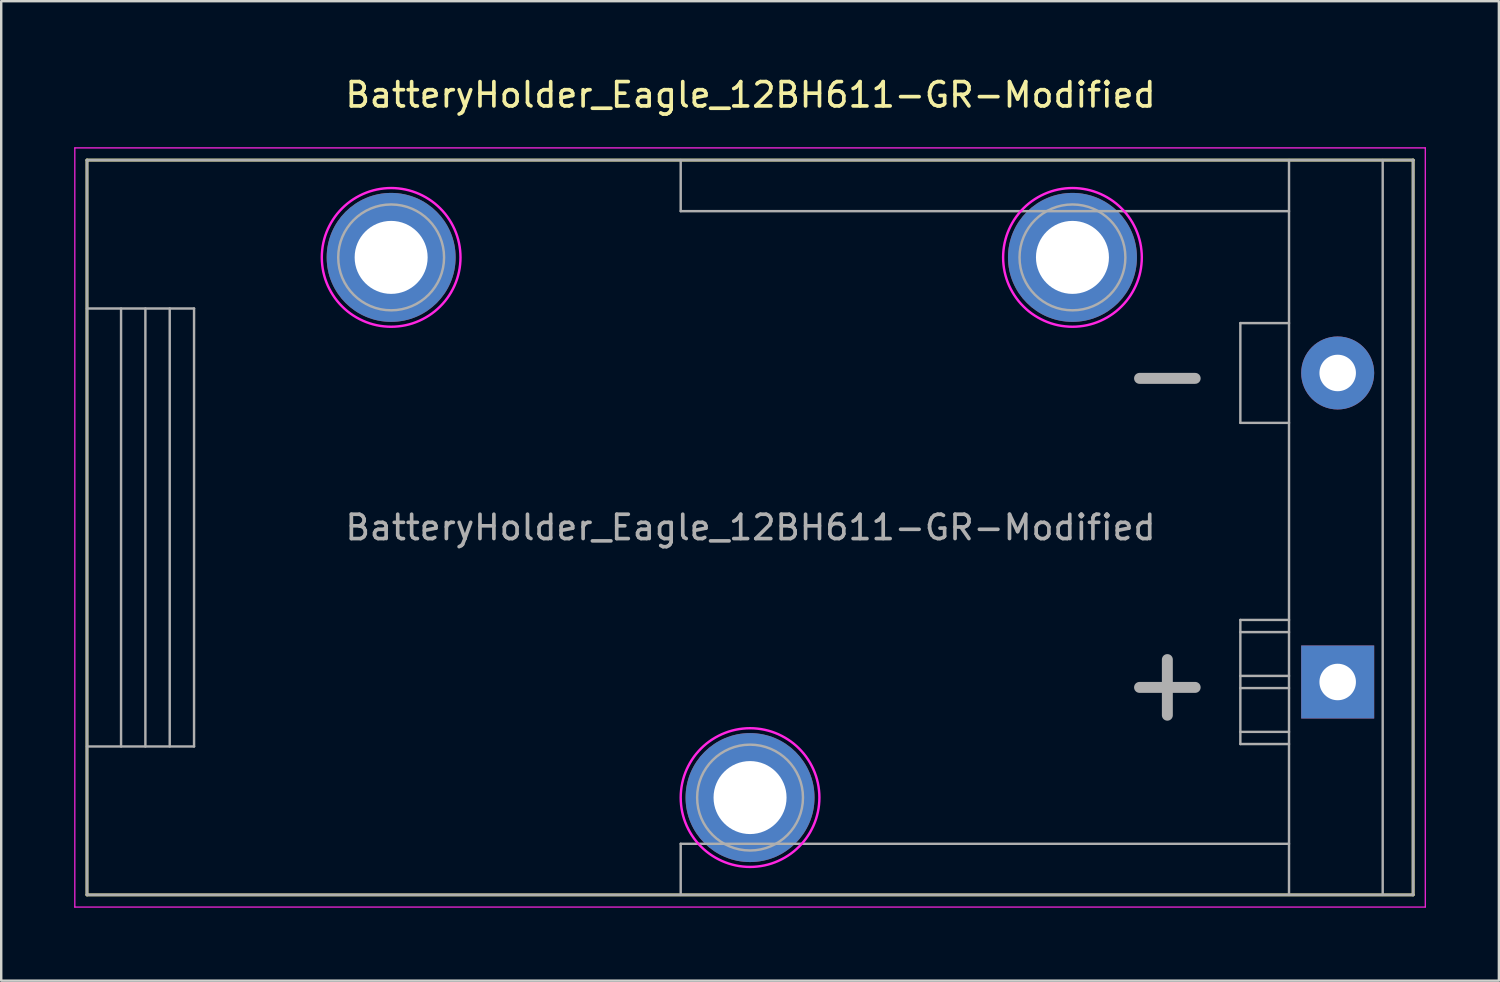
<source format=kicad_pcb>
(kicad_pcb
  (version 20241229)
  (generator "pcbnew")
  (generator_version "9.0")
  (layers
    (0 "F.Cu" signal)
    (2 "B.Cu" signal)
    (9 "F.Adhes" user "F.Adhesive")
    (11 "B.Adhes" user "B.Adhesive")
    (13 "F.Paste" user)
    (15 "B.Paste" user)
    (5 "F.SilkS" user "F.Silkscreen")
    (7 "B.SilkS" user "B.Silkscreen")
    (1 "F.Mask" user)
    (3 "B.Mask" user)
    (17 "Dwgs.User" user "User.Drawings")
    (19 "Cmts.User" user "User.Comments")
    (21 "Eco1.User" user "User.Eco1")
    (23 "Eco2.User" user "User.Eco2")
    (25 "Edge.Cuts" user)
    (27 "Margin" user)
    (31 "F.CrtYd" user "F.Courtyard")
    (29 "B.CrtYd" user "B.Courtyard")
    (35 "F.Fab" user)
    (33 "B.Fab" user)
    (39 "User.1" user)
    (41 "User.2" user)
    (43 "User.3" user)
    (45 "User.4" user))
  (footprint "BatteryHolder_Eagle_12BH611-GR-Modified"
    (layer "F.Cu")
    (at 51.925 18.628)
    (property "Reference" "BatteryHolder_Eagle_12BH611-GR-Modified" (at -24.13 -17.78 0) (layer "F.SilkS") (effects (font (size 1 1) (thickness 0.15))))
    (attr through_hole)
    (fp_line (start -51.4 -15.1) (end 3.1 -15.1) (stroke (width 0.12) (type solid)) (layer "F.SilkS"))
    (fp_line (start -51.4 15.1) (end -51.4 -15.1) (stroke (width 0.12) (type solid)) (layer "F.SilkS"))
    (fp_line (start 3.1 -15.1) (end 3.1 15.1) (stroke (width 0.12) (type solid)) (layer "F.SilkS"))
    (fp_line (start 3.1 15.1) (end -51.4 15.1) (stroke (width 0.12) (type solid)) (layer "F.SilkS"))
    (fp_poly (pts (xy -41.44 -10.8) (xy -40.42 -10.8) (xy -40.41 -10.745) (xy -40.39 -10.67) (xy -40.36 -10.575) (xy -40.32 -10.475) (xy -40.255 -10.345) (xy -40.21 -10.27) (xy -40.155 -10.19) (xy -40.105 -10.125) (xy -40.045 -10.055) (xy -40.01 -10.02) (xy -39.97 -9.98) (xy -39.925 -9.935) (xy -39.87 -9.89) (xy -39.79 -9.83) (xy -39.715 -9.78) (xy -39.645 -9.74) (xy -39.545 -9.69) (xy -39.475 -9.66) (xy -39.41 -9.635) (xy -39.33 -9.61) (xy -39.255 -9.59) (xy -39.2 -9.58) (xy -39.2 -8.56) (xy -39.26 -8.565) (xy -39.325 -8.575) (xy -39.41 -8.59) (xy -39.5 -8.61) (xy -39.575 -8.63) (xy -39.65 -8.65) (xy -39.725 -8.675) (xy -39.795 -8.7) (xy -39.87 -8.73) (xy -39.94 -8.76) (xy -40.015 -8.795) (xy -40.065 -8.82) (xy -40.15 -8.865) (xy -40.22 -8.905) (xy -40.29 -8.95) (xy -40.365 -9) (xy -40.46 -9.07) (xy -40.555 -9.145) (xy -40.615 -9.2) (xy -40.685 -9.265) (xy -40.745 -9.325) (xy -40.805 -9.39) (xy -40.855 -9.445) (xy -40.91 -9.515) (xy -40.96 -9.58) (xy -41.01 -9.65) (xy -41.06 -9.725) (xy -41.1 -9.79) (xy -41.145 -9.87) (xy -41.185 -9.945) (xy -41.225 -10.025) (xy -41.26 -10.105) (xy -41.29 -10.18) (xy -41.315 -10.245) (xy -41.345 -10.34) (xy -41.375 -10.44) (xy -41.4 -10.54) (xy -41.415 -10.615) (xy -41.425 -10.675) (xy -41.435 -10.74)) (stroke (width 0.01) (type solid)) (fill yes) (layer "F.Paste"))
    (fp_poly (pts (xy -39.2 -13.64) (xy -39.2 -12.62) (xy -39.255 -12.61) (xy -39.33 -12.59) (xy -39.425 -12.56) (xy -39.525 -12.52) (xy -39.655 -12.455) (xy -39.73 -12.41) (xy -39.81 -12.355) (xy -39.875 -12.305) (xy -39.945 -12.245) (xy -39.98 -12.21) (xy -40.02 -12.17) (xy -40.065 -12.125) (xy -40.11 -12.07) (xy -40.17 -11.99) (xy -40.22 -11.915) (xy -40.26 -11.845) (xy -40.31 -11.745) (xy -40.34 -11.675) (xy -40.365 -11.61) (xy -40.39 -11.53) (xy -40.41 -11.455) (xy -40.42 -11.4) (xy -41.44 -11.4) (xy -41.435 -11.46) (xy -41.425 -11.525) (xy -41.41 -11.61) (xy -41.39 -11.7) (xy -41.37 -11.775) (xy -41.35 -11.85) (xy -41.325 -11.925) (xy -41.3 -11.995) (xy -41.27 -12.07) (xy -41.24 -12.14) (xy -41.205 -12.215) (xy -41.18 -12.265) (xy -41.135 -12.35) (xy -41.095 -12.42) (xy -41.05 -12.49) (xy -41 -12.565) (xy -40.93 -12.66) (xy -40.855 -12.755) (xy -40.8 -12.815) (xy -40.735 -12.885) (xy -40.675 -12.945) (xy -40.61 -13.005) (xy -40.555 -13.055) (xy -40.485 -13.11) (xy -40.42 -13.16) (xy -40.35 -13.21) (xy -40.275 -13.26) (xy -40.21 -13.3) (xy -40.13 -13.345) (xy -40.055 -13.385) (xy -39.975 -13.425) (xy -39.895 -13.46) (xy -39.82 -13.49) (xy -39.755 -13.515) (xy -39.66 -13.545) (xy -39.56 -13.575) (xy -39.46 -13.6) (xy -39.385 -13.615) (xy -39.325 -13.625) (xy -39.26 -13.635)) (stroke (width 0.01) (type solid)) (fill yes) (layer "F.Paste"))
    (fp_poly (pts (xy -38.6 -8.56) (xy -38.6 -9.58) (xy -38.545 -9.59) (xy -38.47 -9.61) (xy -38.375 -9.64) (xy -38.275 -9.68) (xy -38.145 -9.745) (xy -38.07 -9.79) (xy -37.99 -9.845) (xy -37.925 -9.895) (xy -37.855 -9.955) (xy -37.82 -9.99) (xy -37.78 -10.03) (xy -37.735 -10.075) (xy -37.69 -10.13) (xy -37.63 -10.21) (xy -37.58 -10.285) (xy -37.54 -10.355) (xy -37.49 -10.455) (xy -37.46 -10.525) (xy -37.435 -10.59) (xy -37.41 -10.67) (xy -37.39 -10.745) (xy -37.38 -10.8) (xy -36.36 -10.8) (xy -36.365 -10.74) (xy -36.375 -10.675) (xy -36.39 -10.59) (xy -36.41 -10.5) (xy -36.43 -10.425) (xy -36.45 -10.35) (xy -36.475 -10.275) (xy -36.5 -10.205) (xy -36.53 -10.13) (xy -36.56 -10.06) (xy -36.595 -9.985) (xy -36.62 -9.935) (xy -36.665 -9.85) (xy -36.705 -9.78) (xy -36.75 -9.71) (xy -36.8 -9.635) (xy -36.87 -9.54) (xy -36.945 -9.445) (xy -37 -9.385) (xy -37.065 -9.315) (xy -37.125 -9.255) (xy -37.19 -9.195) (xy -37.245 -9.145) (xy -37.315 -9.09) (xy -37.38 -9.04) (xy -37.45 -8.99) (xy -37.525 -8.94) (xy -37.59 -8.9) (xy -37.67 -8.855) (xy -37.745 -8.815) (xy -37.825 -8.775) (xy -37.905 -8.74) (xy -37.98 -8.71) (xy -38.045 -8.685) (xy -38.14 -8.655) (xy -38.24 -8.625) (xy -38.34 -8.6) (xy -38.415 -8.585) (xy -38.475 -8.575) (xy -38.54 -8.565)) (stroke (width 0.01) (type solid)) (fill yes) (layer "F.Paste"))
    (fp_poly (pts (xy -36.36 -11.4) (xy -37.38 -11.4) (xy -37.39 -11.455) (xy -37.41 -11.53) (xy -37.44 -11.625) (xy -37.48 -11.725) (xy -37.545 -11.855) (xy -37.59 -11.93) (xy -37.645 -12.01) (xy -37.695 -12.075) (xy -37.755 -12.145) (xy -37.79 -12.18) (xy -37.83 -12.22) (xy -37.875 -12.265) (xy -37.93 -12.31) (xy -38.01 -12.37) (xy -38.085 -12.42) (xy -38.155 -12.46) (xy -38.255 -12.51) (xy -38.325 -12.54) (xy -38.39 -12.565) (xy -38.47 -12.59) (xy -38.545 -12.61) (xy -38.6 -12.62) (xy -38.6 -13.64) (xy -38.54 -13.635) (xy -38.475 -13.625) (xy -38.39 -13.61) (xy -38.3 -13.59) (xy -38.225 -13.57) (xy -38.15 -13.55) (xy -38.075 -13.525) (xy -38.005 -13.5) (xy -37.93 -13.47) (xy -37.86 -13.44) (xy -37.785 -13.405) (xy -37.735 -13.38) (xy -37.65 -13.335) (xy -37.58 -13.295) (xy -37.51 -13.25) (xy -37.435 -13.2) (xy -37.34 -13.13) (xy -37.245 -13.055) (xy -37.185 -13) (xy -37.115 -12.935) (xy -37.055 -12.875) (xy -36.995 -12.81) (xy -36.945 -12.755) (xy -36.89 -12.685) (xy -36.84 -12.62) (xy -36.79 -12.55) (xy -36.74 -12.475) (xy -36.7 -12.41) (xy -36.655 -12.33) (xy -36.615 -12.255) (xy -36.575 -12.175) (xy -36.54 -12.095) (xy -36.51 -12.02) (xy -36.485 -11.955) (xy -36.455 -11.86) (xy -36.425 -11.76) (xy -36.4 -11.66) (xy -36.385 -11.585) (xy -36.375 -11.525) (xy -36.365 -11.46)) (stroke (width 0.01) (type solid)) (fill yes) (layer "F.Paste"))
    (fp_poly (pts (xy -26.69 11.4) (xy -25.67 11.4) (xy -25.66 11.455) (xy -25.64 11.53) (xy -25.61 11.625) (xy -25.57 11.725) (xy -25.505 11.855) (xy -25.46 11.93) (xy -25.405 12.01) (xy -25.355 12.075) (xy -25.295 12.145) (xy -25.26 12.18) (xy -25.22 12.22) (xy -25.175 12.265) (xy -25.12 12.31) (xy -25.04 12.37) (xy -24.965 12.42) (xy -24.895 12.46) (xy -24.795 12.51) (xy -24.725 12.54) (xy -24.66 12.565) (xy -24.58 12.59) (xy -24.505 12.61) (xy -24.45 12.62) (xy -24.45 13.64) (xy -24.51 13.635) (xy -24.575 13.625) (xy -24.66 13.61) (xy -24.75 13.59) (xy -24.825 13.57) (xy -24.9 13.55) (xy -24.975 13.525) (xy -25.045 13.5) (xy -25.12 13.47) (xy -25.19 13.44) (xy -25.265 13.405) (xy -25.315 13.38) (xy -25.4 13.335) (xy -25.47 13.295) (xy -25.54 13.25) (xy -25.615 13.2) (xy -25.71 13.13) (xy -25.805 13.055) (xy -25.865 13) (xy -25.935 12.935) (xy -25.995 12.875) (xy -26.055 12.81) (xy -26.105 12.755) (xy -26.16 12.685) (xy -26.21 12.62) (xy -26.26 12.55) (xy -26.31 12.475) (xy -26.35 12.41) (xy -26.395 12.33) (xy -26.435 12.255) (xy -26.475 12.175) (xy -26.51 12.095) (xy -26.54 12.02) (xy -26.565 11.955) (xy -26.595 11.86) (xy -26.625 11.76) (xy -26.65 11.66) (xy -26.665 11.585) (xy -26.675 11.525) (xy -26.685 11.46)) (stroke (width 0.01) (type solid)) (fill yes) (layer "F.Paste"))
    (fp_poly (pts (xy -24.45 8.56) (xy -24.45 9.58) (xy -24.505 9.59) (xy -24.58 9.61) (xy -24.675 9.64) (xy -24.775 9.68) (xy -24.905 9.745) (xy -24.98 9.79) (xy -25.06 9.845) (xy -25.125 9.895) (xy -25.195 9.955) (xy -25.23 9.99) (xy -25.27 10.03) (xy -25.315 10.075) (xy -25.36 10.13) (xy -25.42 10.21) (xy -25.47 10.285) (xy -25.51 10.355) (xy -25.56 10.455) (xy -25.59 10.525) (xy -25.615 10.59) (xy -25.64 10.67) (xy -25.66 10.745) (xy -25.67 10.8) (xy -26.69 10.8) (xy -26.685 10.74) (xy -26.675 10.675) (xy -26.66 10.59) (xy -26.64 10.5) (xy -26.62 10.425) (xy -26.6 10.35) (xy -26.575 10.275) (xy -26.55 10.205) (xy -26.52 10.13) (xy -26.49 10.06) (xy -26.455 9.985) (xy -26.43 9.935) (xy -26.385 9.85) (xy -26.345 9.78) (xy -26.3 9.71) (xy -26.25 9.635) (xy -26.18 9.54) (xy -26.105 9.445) (xy -26.05 9.385) (xy -25.985 9.315) (xy -25.925 9.255) (xy -25.86 9.195) (xy -25.805 9.145) (xy -25.735 9.09) (xy -25.67 9.04) (xy -25.6 8.99) (xy -25.525 8.94) (xy -25.46 8.9) (xy -25.38 8.855) (xy -25.305 8.815) (xy -25.225 8.775) (xy -25.145 8.74) (xy -25.07 8.71) (xy -25.005 8.685) (xy -24.91 8.655) (xy -24.81 8.625) (xy -24.71 8.6) (xy -24.635 8.585) (xy -24.575 8.575) (xy -24.51 8.565)) (stroke (width 0.01) (type solid)) (fill yes) (layer "F.Paste"))
    (fp_poly (pts (xy -23.85 13.64) (xy -23.85 12.62) (xy -23.795 12.61) (xy -23.72 12.59) (xy -23.625 12.56) (xy -23.525 12.52) (xy -23.395 12.455) (xy -23.32 12.41) (xy -23.24 12.355) (xy -23.175 12.305) (xy -23.105 12.245) (xy -23.07 12.21) (xy -23.03 12.17) (xy -22.985 12.125) (xy -22.94 12.07) (xy -22.88 11.99) (xy -22.83 11.915) (xy -22.79 11.845) (xy -22.74 11.745) (xy -22.71 11.675) (xy -22.685 11.61) (xy -22.66 11.53) (xy -22.64 11.455) (xy -22.63 11.4) (xy -21.61 11.4) (xy -21.615 11.46) (xy -21.625 11.525) (xy -21.64 11.61) (xy -21.66 11.7) (xy -21.68 11.775) (xy -21.7 11.85) (xy -21.725 11.925) (xy -21.75 11.995) (xy -21.78 12.07) (xy -21.81 12.14) (xy -21.845 12.215) (xy -21.87 12.265) (xy -21.915 12.35) (xy -21.955 12.42) (xy -22 12.49) (xy -22.05 12.565) (xy -22.12 12.66) (xy -22.195 12.755) (xy -22.25 12.815) (xy -22.315 12.885) (xy -22.375 12.945) (xy -22.44 13.005) (xy -22.495 13.055) (xy -22.565 13.11) (xy -22.63 13.16) (xy -22.7 13.21) (xy -22.775 13.26) (xy -22.84 13.3) (xy -22.92 13.345) (xy -22.995 13.385) (xy -23.075 13.425) (xy -23.155 13.46) (xy -23.23 13.49) (xy -23.295 13.515) (xy -23.39 13.545) (xy -23.49 13.575) (xy -23.59 13.6) (xy -23.665 13.615) (xy -23.725 13.625) (xy -23.79 13.635)) (stroke (width 0.01) (type solid)) (fill yes) (layer "F.Paste"))
    (fp_poly (pts (xy -21.61 10.8) (xy -22.63 10.8) (xy -22.64 10.745) (xy -22.66 10.67) (xy -22.69 10.575) (xy -22.73 10.475) (xy -22.795 10.345) (xy -22.84 10.27) (xy -22.895 10.19) (xy -22.945 10.125) (xy -23.005 10.055) (xy -23.04 10.02) (xy -23.08 9.98) (xy -23.125 9.935) (xy -23.18 9.89) (xy -23.26 9.83) (xy -23.335 9.78) (xy -23.405 9.74) (xy -23.505 9.69) (xy -23.575 9.66) (xy -23.64 9.635) (xy -23.72 9.61) (xy -23.795 9.59) (xy -23.85 9.58) (xy -23.85 8.56) (xy -23.79 8.565) (xy -23.725 8.575) (xy -23.64 8.59) (xy -23.55 8.61) (xy -23.475 8.63) (xy -23.4 8.65) (xy -23.325 8.675) (xy -23.255 8.7) (xy -23.18 8.73) (xy -23.11 8.76) (xy -23.035 8.795) (xy -22.985 8.82) (xy -22.9 8.865) (xy -22.83 8.905) (xy -22.76 8.95) (xy -22.685 9) (xy -22.59 9.07) (xy -22.495 9.145) (xy -22.435 9.2) (xy -22.365 9.265) (xy -22.305 9.325) (xy -22.245 9.39) (xy -22.195 9.445) (xy -22.14 9.515) (xy -22.09 9.58) (xy -22.04 9.65) (xy -21.99 9.725) (xy -21.95 9.79) (xy -21.905 9.87) (xy -21.865 9.945) (xy -21.825 10.025) (xy -21.79 10.105) (xy -21.76 10.18) (xy -21.735 10.245) (xy -21.705 10.34) (xy -21.675 10.44) (xy -21.65 10.54) (xy -21.635 10.615) (xy -21.625 10.675) (xy -21.615 10.74)) (stroke (width 0.01) (type solid)) (fill yes) (layer "F.Paste"))
    (fp_poly (pts (xy -13.44 -10.8) (xy -12.42 -10.8) (xy -12.41 -10.745) (xy -12.39 -10.67) (xy -12.36 -10.575) (xy -12.32 -10.475) (xy -12.255 -10.345) (xy -12.21 -10.27) (xy -12.155 -10.19) (xy -12.105 -10.125) (xy -12.045 -10.055) (xy -12.01 -10.02) (xy -11.97 -9.98) (xy -11.925 -9.935) (xy -11.87 -9.89) (xy -11.79 -9.83) (xy -11.715 -9.78) (xy -11.645 -9.74) (xy -11.545 -9.69) (xy -11.475 -9.66) (xy -11.41 -9.635) (xy -11.33 -9.61) (xy -11.255 -9.59) (xy -11.2 -9.58) (xy -11.2 -8.56) (xy -11.26 -8.565) (xy -11.325 -8.575) (xy -11.41 -8.59) (xy -11.5 -8.61) (xy -11.575 -8.63) (xy -11.65 -8.65) (xy -11.725 -8.675) (xy -11.795 -8.7) (xy -11.87 -8.73) (xy -11.94 -8.76) (xy -12.015 -8.795) (xy -12.065 -8.82) (xy -12.15 -8.865) (xy -12.22 -8.905) (xy -12.29 -8.95) (xy -12.365 -9) (xy -12.46 -9.07) (xy -12.555 -9.145) (xy -12.615 -9.2) (xy -12.685 -9.265) (xy -12.745 -9.325) (xy -12.805 -9.39) (xy -12.855 -9.445) (xy -12.91 -9.515) (xy -12.96 -9.58) (xy -13.01 -9.65) (xy -13.06 -9.725) (xy -13.1 -9.79) (xy -13.145 -9.87) (xy -13.185 -9.945) (xy -13.225 -10.025) (xy -13.26 -10.105) (xy -13.29 -10.18) (xy -13.315 -10.245) (xy -13.345 -10.34) (xy -13.375 -10.44) (xy -13.4 -10.54) (xy -13.415 -10.615) (xy -13.425 -10.675) (xy -13.435 -10.74)) (stroke (width 0.01) (type solid)) (fill yes) (layer "F.Paste"))
    (fp_poly (pts (xy -11.2 -13.64) (xy -11.2 -12.62) (xy -11.255 -12.61) (xy -11.33 -12.59) (xy -11.425 -12.56) (xy -11.525 -12.52) (xy -11.655 -12.455) (xy -11.73 -12.41) (xy -11.81 -12.355) (xy -11.875 -12.305) (xy -11.945 -12.245) (xy -11.98 -12.21) (xy -12.02 -12.17) (xy -12.065 -12.125) (xy -12.11 -12.07) (xy -12.17 -11.99) (xy -12.22 -11.915) (xy -12.26 -11.845) (xy -12.31 -11.745) (xy -12.34 -11.675) (xy -12.365 -11.61) (xy -12.39 -11.53) (xy -12.41 -11.455) (xy -12.42 -11.4) (xy -13.44 -11.4) (xy -13.435 -11.46) (xy -13.425 -11.525) (xy -13.41 -11.61) (xy -13.39 -11.7) (xy -13.37 -11.775) (xy -13.35 -11.85) (xy -13.325 -11.925) (xy -13.3 -11.995) (xy -13.27 -12.07) (xy -13.24 -12.14) (xy -13.205 -12.215) (xy -13.18 -12.265) (xy -13.135 -12.35) (xy -13.095 -12.42) (xy -13.05 -12.49) (xy -13 -12.565) (xy -12.93 -12.66) (xy -12.855 -12.755) (xy -12.8 -12.815) (xy -12.735 -12.885) (xy -12.675 -12.945) (xy -12.61 -13.005) (xy -12.555 -13.055) (xy -12.485 -13.11) (xy -12.42 -13.16) (xy -12.35 -13.21) (xy -12.275 -13.26) (xy -12.21 -13.3) (xy -12.13 -13.345) (xy -12.055 -13.385) (xy -11.975 -13.425) (xy -11.895 -13.46) (xy -11.82 -13.49) (xy -11.755 -13.515) (xy -11.66 -13.545) (xy -11.56 -13.575) (xy -11.46 -13.6) (xy -11.385 -13.615) (xy -11.325 -13.625) (xy -11.26 -13.635)) (stroke (width 0.01) (type solid)) (fill yes) (layer "F.Paste"))
    (fp_poly (pts (xy -10.6 -8.56) (xy -10.6 -9.58) (xy -10.545 -9.59) (xy -10.47 -9.61) (xy -10.375 -9.64) (xy -10.275 -9.68) (xy -10.145 -9.745) (xy -10.07 -9.79) (xy -9.99 -9.845) (xy -9.925 -9.895) (xy -9.855 -9.955) (xy -9.82 -9.99) (xy -9.78 -10.03) (xy -9.735 -10.075) (xy -9.69 -10.13) (xy -9.63 -10.21) (xy -9.58 -10.285) (xy -9.54 -10.355) (xy -9.49 -10.455) (xy -9.46 -10.525) (xy -9.435 -10.59) (xy -9.41 -10.67) (xy -9.39 -10.745) (xy -9.38 -10.8) (xy -8.36 -10.8) (xy -8.365 -10.74) (xy -8.375 -10.675) (xy -8.39 -10.59) (xy -8.41 -10.5) (xy -8.43 -10.425) (xy -8.45 -10.35) (xy -8.475 -10.275) (xy -8.5 -10.205) (xy -8.53 -10.13) (xy -8.56 -10.06) (xy -8.595 -9.985) (xy -8.62 -9.935) (xy -8.665 -9.85) (xy -8.705 -9.78) (xy -8.75 -9.71) (xy -8.8 -9.635) (xy -8.87 -9.54) (xy -8.945 -9.445) (xy -9 -9.385) (xy -9.065 -9.315) (xy -9.125 -9.255) (xy -9.19 -9.195) (xy -9.245 -9.145) (xy -9.315 -9.09) (xy -9.38 -9.04) (xy -9.45 -8.99) (xy -9.525 -8.94) (xy -9.59 -8.9) (xy -9.67 -8.855) (xy -9.745 -8.815) (xy -9.825 -8.775) (xy -9.905 -8.74) (xy -9.98 -8.71) (xy -10.045 -8.685) (xy -10.14 -8.655) (xy -10.24 -8.625) (xy -10.34 -8.6) (xy -10.415 -8.585) (xy -10.475 -8.575) (xy -10.54 -8.565)) (stroke (width 0.01) (type solid)) (fill yes) (layer "F.Paste"))
    (fp_poly (pts (xy -8.36 -11.4) (xy -9.38 -11.4) (xy -9.39 -11.455) (xy -9.41 -11.53) (xy -9.44 -11.625) (xy -9.48 -11.725) (xy -9.545 -11.855) (xy -9.59 -11.93) (xy -9.645 -12.01) (xy -9.695 -12.075) (xy -9.755 -12.145) (xy -9.79 -12.18) (xy -9.83 -12.22) (xy -9.875 -12.265) (xy -9.93 -12.31) (xy -10.01 -12.37) (xy -10.085 -12.42) (xy -10.155 -12.46) (xy -10.255 -12.51) (xy -10.325 -12.54) (xy -10.39 -12.565) (xy -10.47 -12.59) (xy -10.545 -12.61) (xy -10.6 -12.62) (xy -10.6 -13.64) (xy -10.54 -13.635) (xy -10.475 -13.625) (xy -10.39 -13.61) (xy -10.3 -13.59) (xy -10.225 -13.57) (xy -10.15 -13.55) (xy -10.075 -13.525) (xy -10.005 -13.5) (xy -9.93 -13.47) (xy -9.86 -13.44) (xy -9.785 -13.405) (xy -9.735 -13.38) (xy -9.65 -13.335) (xy -9.58 -13.295) (xy -9.51 -13.25) (xy -9.435 -13.2) (xy -9.34 -13.13) (xy -9.245 -13.055) (xy -9.185 -13) (xy -9.115 -12.935) (xy -9.055 -12.875) (xy -8.995 -12.81) (xy -8.945 -12.755) (xy -8.89 -12.685) (xy -8.84 -12.62) (xy -8.79 -12.55) (xy -8.74 -12.475) (xy -8.7 -12.41) (xy -8.655 -12.33) (xy -8.615 -12.255) (xy -8.575 -12.175) (xy -8.54 -12.095) (xy -8.51 -12.02) (xy -8.485 -11.955) (xy -8.455 -11.86) (xy -8.425 -11.76) (xy -8.4 -11.66) (xy -8.385 -11.585) (xy -8.375 -11.525) (xy -8.365 -11.46)) (stroke (width 0.01) (type solid)) (fill yes) (layer "F.Paste"))
    (fp_line (start -51.9 -15.6) (end 3.6 -15.6) (stroke (width 0.05) (type solid)) (layer "F.CrtYd"))
    (fp_line (start -51.9 15.6) (end -51.9 -15.6) (stroke (width 0.05) (type solid)) (layer "F.CrtYd"))
    (fp_line (start 3.6 -15.6) (end 3.6 15.6) (stroke (width 0.05) (type solid)) (layer "F.CrtYd"))
    (fp_line (start 3.6 15.6) (end -51.9 15.6) (stroke (width 0.05) (type solid)) (layer "F.CrtYd"))
    (fp_poly (pts (xy -38.9 -13.95) (xy -38.751 -13.946) (xy -38.602 -13.934) (xy -38.454 -13.915) (xy -38.307 -13.888) (xy -38.162 -13.853) (xy -38.019 -13.811) (xy -37.879 -13.761) (xy -37.741 -13.704) (xy -37.606 -13.639) (xy -37.475 -13.568) (xy -37.348 -13.49) (xy -37.225 -13.406) (xy -37.106 -13.315) (xy -36.993 -13.218) (xy -36.885 -13.115) (xy -36.782 -13.007) (xy -36.685 -12.894) (xy -36.594 -12.775) (xy -36.51 -12.652) (xy -36.432 -12.525) (xy -36.361 -12.394) (xy -36.296 -12.259) (xy -36.239 -12.121) (xy -36.189 -11.981) (xy -36.147 -11.838) (xy -36.112 -11.693) (xy -36.085 -11.546) (xy -36.066 -11.398) (xy -36.054 -11.249) (xy -36.05 -11.1) (xy -36.054 -10.951) (xy -36.066 -10.802) (xy -36.085 -10.654) (xy -36.112 -10.507) (xy -36.147 -10.362) (xy -36.189 -10.219) (xy -36.239 -10.079) (xy -36.296 -9.941) (xy -36.361 -9.806) (xy -36.432 -9.675) (xy -36.51 -9.548) (xy -36.594 -9.425) (xy -36.685 -9.306) (xy -36.782 -9.193) (xy -36.885 -9.085) (xy -36.993 -8.982) (xy -37.106 -8.885) (xy -37.225 -8.794) (xy -37.348 -8.71) (xy -37.475 -8.632) (xy -37.606 -8.561) (xy -37.741 -8.496) (xy -37.879 -8.439) (xy -38.019 -8.389) (xy -38.162 -8.347) (xy -38.307 -8.312) (xy -38.454 -8.285) (xy -38.602 -8.266) (xy -38.751 -8.254) (xy -38.9 -8.25) (xy -39.049 -8.254) (xy -39.198 -8.266) (xy -39.346 -8.285) (xy -39.493 -8.312) (xy -39.638 -8.347) (xy -39.781 -8.389) (xy -39.921 -8.439) (xy -40.059 -8.496) (xy -40.194 -8.561) (xy -40.325 -8.632) (xy -40.452 -8.71) (xy -40.575 -8.794) (xy -40.694 -8.885) (xy -40.807 -8.982) (xy -40.915 -9.085) (xy -41.018 -9.193) (xy -41.115 -9.306) (xy -41.206 -9.425) (xy -41.29 -9.548) (xy -41.368 -9.675) (xy -41.439 -9.806) (xy -41.504 -9.941) (xy -41.561 -10.079) (xy -41.611 -10.219) (xy -41.653 -10.362) (xy -41.688 -10.507) (xy -41.715 -10.654) (xy -41.734 -10.802) (xy -41.746 -10.951) (xy -41.75 -11.1) (xy -41.746 -11.249) (xy -41.734 -11.398) (xy -41.715 -11.546) (xy -41.688 -11.693) (xy -41.653 -11.838) (xy -41.611 -11.981) (xy -41.561 -12.121) (xy -41.504 -12.259) (xy -41.439 -12.394) (xy -41.368 -12.525) (xy -41.29 -12.652) (xy -41.206 -12.775) (xy -41.115 -12.894) (xy -41.018 -13.007) (xy -40.915 -13.115) (xy -40.807 -13.218) (xy -40.694 -13.315) (xy -40.575 -13.406) (xy -40.452 -13.49) (xy -40.325 -13.568) (xy -40.194 -13.639) (xy -40.059 -13.704) (xy -39.921 -13.761) (xy -39.781 -13.811) (xy -39.638 -13.853) (xy -39.493 -13.888) (xy -39.346 -13.915) (xy -39.198 -13.934) (xy -39.049 -13.946) (xy -38.9 -13.95)) (stroke (width 0.1) (type solid)) (fill no) (layer "F.CrtYd"))
    (fp_poly (pts (xy -24.15 8.25) (xy -24.001 8.254) (xy -23.852 8.266) (xy -23.704 8.285) (xy -23.557 8.312) (xy -23.412 8.347) (xy -23.269 8.389) (xy -23.129 8.439) (xy -22.991 8.496) (xy -22.856 8.561) (xy -22.725 8.632) (xy -22.598 8.71) (xy -22.475 8.794) (xy -22.356 8.885) (xy -22.243 8.982) (xy -22.135 9.085) (xy -22.032 9.193) (xy -21.935 9.306) (xy -21.844 9.425) (xy -21.76 9.548) (xy -21.682 9.675) (xy -21.611 9.806) (xy -21.546 9.941) (xy -21.489 10.079) (xy -21.439 10.219) (xy -21.397 10.362) (xy -21.362 10.507) (xy -21.335 10.654) (xy -21.316 10.802) (xy -21.304 10.951) (xy -21.3 11.1) (xy -21.304 11.249) (xy -21.316 11.398) (xy -21.335 11.546) (xy -21.362 11.693) (xy -21.397 11.838) (xy -21.439 11.981) (xy -21.489 12.121) (xy -21.546 12.259) (xy -21.611 12.394) (xy -21.682 12.525) (xy -21.76 12.652) (xy -21.844 12.775) (xy -21.935 12.894) (xy -22.032 13.007) (xy -22.135 13.115) (xy -22.243 13.218) (xy -22.356 13.315) (xy -22.475 13.406) (xy -22.598 13.49) (xy -22.725 13.568) (xy -22.856 13.639) (xy -22.991 13.704) (xy -23.129 13.761) (xy -23.269 13.811) (xy -23.412 13.853) (xy -23.557 13.888) (xy -23.704 13.915) (xy -23.852 13.934) (xy -24.001 13.946) (xy -24.15 13.95) (xy -24.299 13.946) (xy -24.448 13.934) (xy -24.596 13.915) (xy -24.743 13.888) (xy -24.888 13.853) (xy -25.031 13.811) (xy -25.171 13.761) (xy -25.309 13.704) (xy -25.444 13.639) (xy -25.575 13.568) (xy -25.702 13.49) (xy -25.825 13.406) (xy -25.944 13.315) (xy -26.057 13.218) (xy -26.165 13.115) (xy -26.268 13.007) (xy -26.365 12.894) (xy -26.456 12.775) (xy -26.54 12.652) (xy -26.618 12.525) (xy -26.689 12.394) (xy -26.754 12.259) (xy -26.811 12.121) (xy -26.861 11.981) (xy -26.903 11.838) (xy -26.938 11.693) (xy -26.965 11.546) (xy -26.984 11.398) (xy -26.996 11.249) (xy -27 11.1) (xy -26.996 10.951) (xy -26.984 10.802) (xy -26.965 10.654) (xy -26.938 10.507) (xy -26.903 10.362) (xy -26.861 10.219) (xy -26.811 10.079) (xy -26.754 9.941) (xy -26.689 9.806) (xy -26.618 9.675) (xy -26.54 9.548) (xy -26.456 9.425) (xy -26.365 9.306) (xy -26.268 9.193) (xy -26.165 9.085) (xy -26.057 8.982) (xy -25.944 8.885) (xy -25.825 8.794) (xy -25.702 8.71) (xy -25.575 8.632) (xy -25.444 8.561) (xy -25.309 8.496) (xy -25.171 8.439) (xy -25.031 8.389) (xy -24.888 8.347) (xy -24.743 8.312) (xy -24.596 8.285) (xy -24.448 8.266) (xy -24.299 8.254) (xy -24.15 8.25)) (stroke (width 0.1) (type solid)) (fill no) (layer "F.CrtYd"))
    (fp_poly (pts (xy -10.9 -13.95) (xy -10.751 -13.946) (xy -10.602 -13.934) (xy -10.454 -13.915) (xy -10.307 -13.888) (xy -10.162 -13.853) (xy -10.019 -13.811) (xy -9.879 -13.761) (xy -9.741 -13.704) (xy -9.606 -13.639) (xy -9.475 -13.568) (xy -9.348 -13.49) (xy -9.225 -13.406) (xy -9.106 -13.315) (xy -8.993 -13.218) (xy -8.885 -13.115) (xy -8.782 -13.007) (xy -8.685 -12.894) (xy -8.594 -12.775) (xy -8.51 -12.652) (xy -8.432 -12.525) (xy -8.361 -12.394) (xy -8.296 -12.259) (xy -8.239 -12.121) (xy -8.189 -11.981) (xy -8.147 -11.838) (xy -8.112 -11.693) (xy -8.085 -11.546) (xy -8.066 -11.398) (xy -8.054 -11.249) (xy -8.05 -11.1) (xy -8.054 -10.951) (xy -8.066 -10.802) (xy -8.085 -10.654) (xy -8.112 -10.507) (xy -8.147 -10.362) (xy -8.189 -10.219) (xy -8.239 -10.079) (xy -8.296 -9.941) (xy -8.361 -9.806) (xy -8.432 -9.675) (xy -8.51 -9.548) (xy -8.594 -9.425) (xy -8.685 -9.306) (xy -8.782 -9.193) (xy -8.885 -9.085) (xy -8.993 -8.982) (xy -9.106 -8.885) (xy -9.225 -8.794) (xy -9.348 -8.71) (xy -9.475 -8.632) (xy -9.606 -8.561) (xy -9.741 -8.496) (xy -9.879 -8.439) (xy -10.019 -8.389) (xy -10.162 -8.347) (xy -10.307 -8.312) (xy -10.454 -8.285) (xy -10.602 -8.266) (xy -10.751 -8.254) (xy -10.9 -8.25) (xy -11.049 -8.254) (xy -11.198 -8.266) (xy -11.346 -8.285) (xy -11.493 -8.312) (xy -11.638 -8.347) (xy -11.781 -8.389) (xy -11.921 -8.439) (xy -12.059 -8.496) (xy -12.194 -8.561) (xy -12.325 -8.632) (xy -12.452 -8.71) (xy -12.575 -8.794) (xy -12.694 -8.885) (xy -12.807 -8.982) (xy -12.915 -9.085) (xy -13.018 -9.193) (xy -13.115 -9.306) (xy -13.206 -9.425) (xy -13.29 -9.548) (xy -13.368 -9.675) (xy -13.439 -9.806) (xy -13.504 -9.941) (xy -13.561 -10.079) (xy -13.611 -10.219) (xy -13.653 -10.362) (xy -13.688 -10.507) (xy -13.715 -10.654) (xy -13.734 -10.802) (xy -13.746 -10.951) (xy -13.75 -11.1) (xy -13.746 -11.249) (xy -13.734 -11.398) (xy -13.715 -11.546) (xy -13.688 -11.693) (xy -13.653 -11.838) (xy -13.611 -11.981) (xy -13.561 -12.121) (xy -13.504 -12.259) (xy -13.439 -12.394) (xy -13.368 -12.525) (xy -13.29 -12.652) (xy -13.206 -12.775) (xy -13.115 -12.894) (xy -13.018 -13.007) (xy -12.915 -13.115) (xy -12.807 -13.218) (xy -12.694 -13.315) (xy -12.575 -13.406) (xy -12.452 -13.49) (xy -12.325 -13.568) (xy -12.194 -13.639) (xy -12.059 -13.704) (xy -11.921 -13.761) (xy -11.781 -13.811) (xy -11.638 -13.853) (xy -11.493 -13.888) (xy -11.346 -13.915) (xy -11.198 -13.934) (xy -11.049 -13.946) (xy -10.9 -13.95)) (stroke (width 0.1) (type solid)) (fill no) (layer "F.CrtYd"))
    (fp_line (start -51.4 -15.1) (end 3.1 -15.1) (stroke (width 0.1) (type solid)) (layer "F.Fab"))
    (fp_line (start -51.4 -9) (end -47 -9) (stroke (width 0.1) (type solid)) (layer "F.Fab"))
    (fp_line (start -51.4 9) (end -47 9) (stroke (width 0.1) (type solid)) (layer "F.Fab"))
    (fp_line (start -51.4 15.1) (end -51.4 -15.1) (stroke (width 0.1) (type solid)) (layer "F.Fab"))
    (fp_line (start -50 9) (end -50 -9) (stroke (width 0.1) (type solid)) (layer "F.Fab"))
    (fp_line (start -49 9) (end -49 -9) (stroke (width 0.1) (type solid)) (layer "F.Fab"))
    (fp_line (start -48 9) (end -48 -9) (stroke (width 0.1) (type solid)) (layer "F.Fab"))
    (fp_line (start -47 9) (end -47 -9) (stroke (width 0.1) (type solid)) (layer "F.Fab"))
    (fp_line (start -27 -13) (end -27 -15.1) (stroke (width 0.1) (type solid)) (layer "F.Fab"))
    (fp_line (start -27 13) (end -27 15.1) (stroke (width 0.1) (type solid)) (layer "F.Fab"))
    (fp_line (start -4 -8.4) (end -4 -4.3) (stroke (width 0.1) (type solid)) (layer "F.Fab"))
    (fp_line (start -4 -4.3) (end -2 -4.3) (stroke (width 0.1) (type solid)) (layer "F.Fab"))
    (fp_line (start -4 3.8) (end -4 8.9) (stroke (width 0.1) (type solid)) (layer "F.Fab"))
    (fp_line (start -4 4.3) (end -2 4.3) (stroke (width 0.1) (type solid)) (layer "F.Fab"))
    (fp_line (start -4 6.6) (end -2 6.6) (stroke (width 0.1) (type solid)) (layer "F.Fab"))
    (fp_line (start -4 8.9) (end -2 8.9) (stroke (width 0.1) (type solid)) (layer "F.Fab"))
    (fp_line (start -2 -15.1) (end -2 15.1) (stroke (width 0.1) (type solid)) (layer "F.Fab"))
    (fp_line (start -2 -13) (end -27 -13) (stroke (width 0.1) (type solid)) (layer "F.Fab"))
    (fp_line (start -2 -8.4) (end -4 -8.4) (stroke (width 0.1) (type solid)) (layer "F.Fab"))
    (fp_line (start -2 3.8) (end -4 3.8) (stroke (width 0.1) (type solid)) (layer "F.Fab"))
    (fp_line (start -2 6.1) (end -4 6.1) (stroke (width 0.1) (type solid)) (layer "F.Fab"))
    (fp_line (start -2 8.4) (end -4 8.4) (stroke (width 0.1) (type solid)) (layer "F.Fab"))
    (fp_line (start -2 13) (end -27 13) (stroke (width 0.1) (type solid)) (layer "F.Fab"))
    (fp_line (start 1.85 15.1) (end 1.85 -15.1) (stroke (width 0.1) (type solid)) (layer "F.Fab"))
    (fp_line (start 3.1 -15.1) (end 3.1 15.1) (stroke (width 0.1) (type solid)) (layer "F.Fab"))
    (fp_line (start 3.1 15.1) (end -51.4 15.1) (stroke (width 0.1) (type solid)) (layer "F.Fab"))
    (fp_circle (center -38.9 -11.1) (end -36.725 -11.1) (stroke (width 0.1) (type solid)) (fill no) (layer "F.Fab"))
    (fp_circle (center -24.15 11.1) (end -21.975 11.1) (stroke (width 0.1) (type solid)) (fill no) (layer "F.Fab"))
    (fp_circle (center -10.9 -11.1) (end -8.725 -11.1) (stroke (width 0.1) (type solid)) (fill no) (layer "F.Fab"))
    (fp_text user "-" (at -7 -6.35 0) (layer "F.Fab") (effects (font (size 3 3) (thickness 0.45))))
    (fp_text user "${REFERENCE}" (at -24.13 0 180) (layer "F.Fab") (effects (font (size 1 1) (thickness 0.15))))
    (fp_text user "+" (at -7 6.35 0) (layer "F.Fab") (effects (font (size 3 3) (thickness 0.45))))
    (pad "1" thru_hole rect (at 0 6.35) (size 3 3) (drill 1.5) (layers "*.Cu" "*.Mask"))
    (pad "2" thru_hole circle (at 0 -6.35) (size 3 3) (drill 1.5) (layers "*.Cu" "*.Mask"))
    (pad "MP" thru_hole circle (at -38.9 -11.1) (size 5.3 5.3) (drill 3) (layers "*.Cu" "*.Mask"))
    (pad "MP" thru_hole circle (at -24.15 11.1) (size 5.3 5.3) (drill 3) (layers "*.Cu" "*.Mask"))
    (pad "MP" thru_hole circle (at -10.9 -11.1) (size 5.3 5.3) (drill 3) (layers "*.Cu" "*.Mask")))
  (gr_rect
    (start -3 -3)
    (end 58.55 37.253)
    (stroke (width 0.1) (type default))
    (fill no)
    (layer "Edge.Cuts")))
</source>
